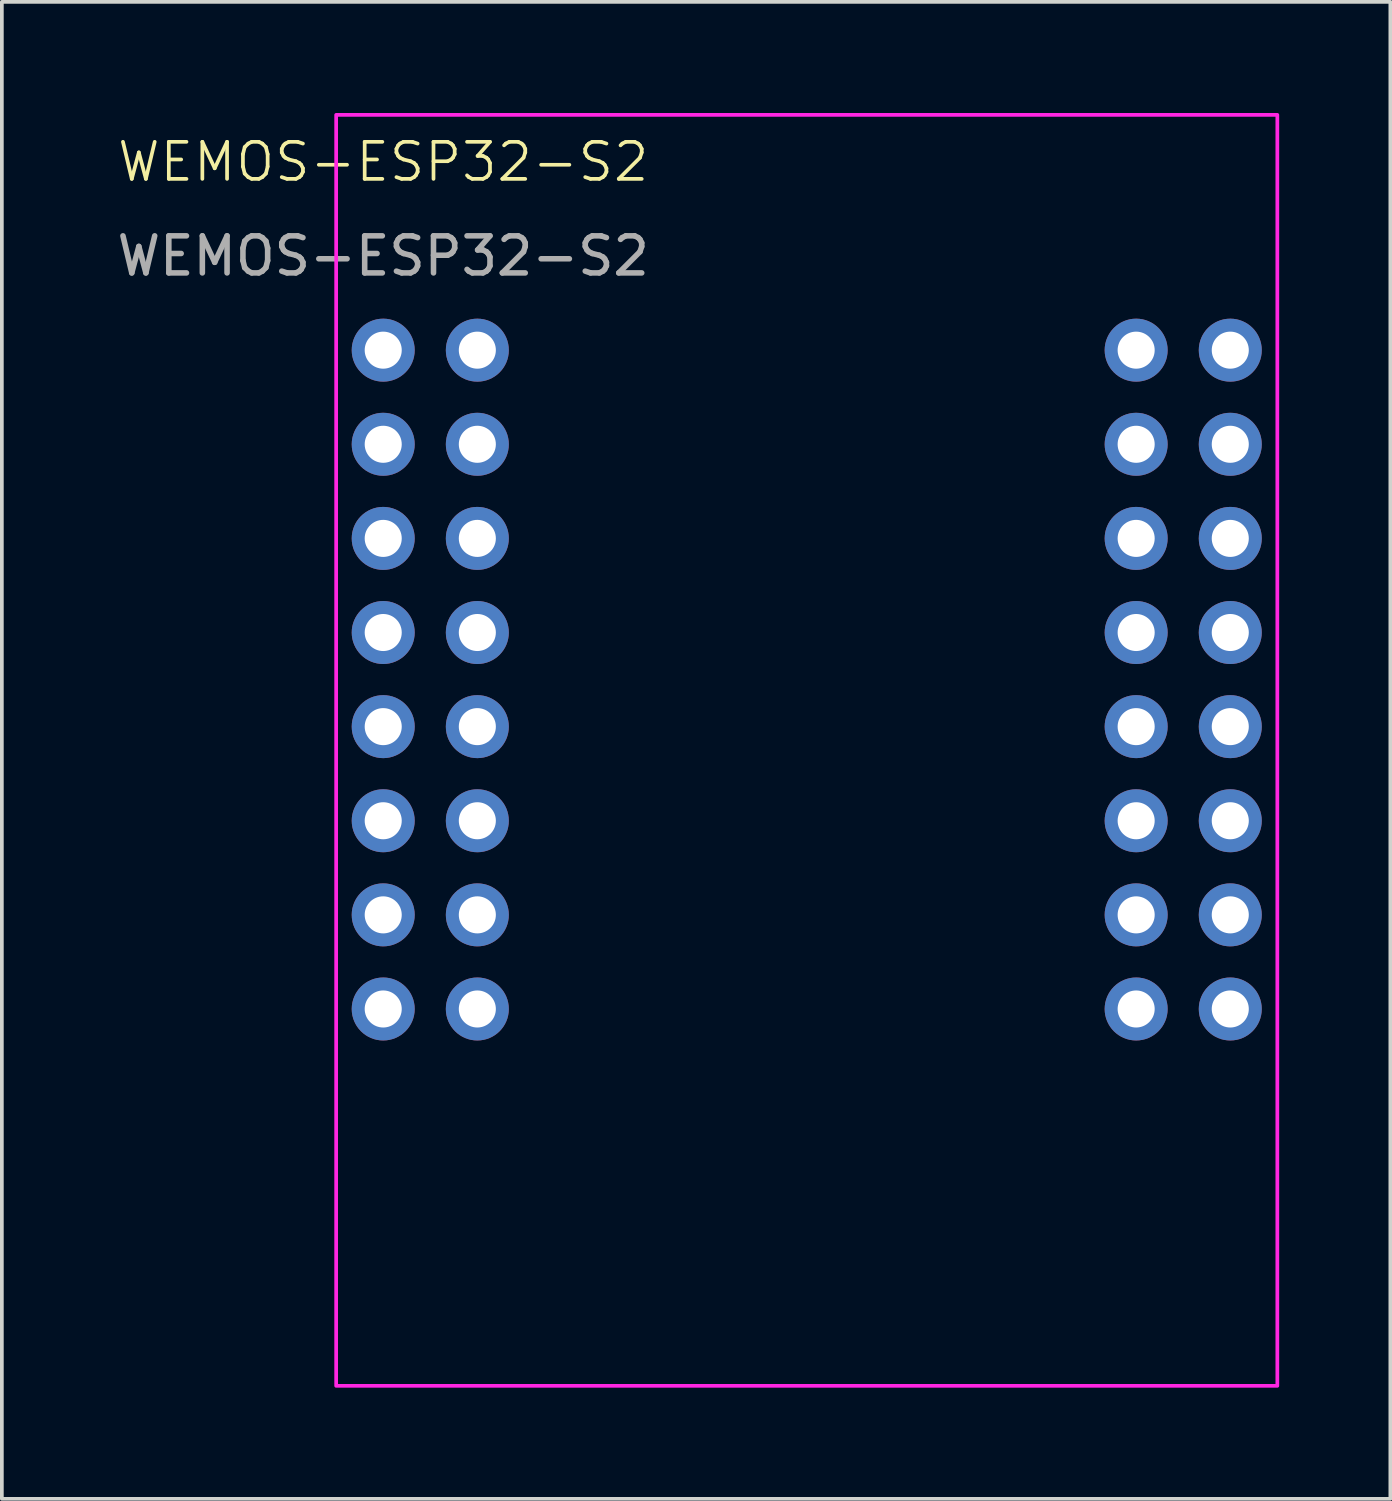
<source format=kicad_pcb>
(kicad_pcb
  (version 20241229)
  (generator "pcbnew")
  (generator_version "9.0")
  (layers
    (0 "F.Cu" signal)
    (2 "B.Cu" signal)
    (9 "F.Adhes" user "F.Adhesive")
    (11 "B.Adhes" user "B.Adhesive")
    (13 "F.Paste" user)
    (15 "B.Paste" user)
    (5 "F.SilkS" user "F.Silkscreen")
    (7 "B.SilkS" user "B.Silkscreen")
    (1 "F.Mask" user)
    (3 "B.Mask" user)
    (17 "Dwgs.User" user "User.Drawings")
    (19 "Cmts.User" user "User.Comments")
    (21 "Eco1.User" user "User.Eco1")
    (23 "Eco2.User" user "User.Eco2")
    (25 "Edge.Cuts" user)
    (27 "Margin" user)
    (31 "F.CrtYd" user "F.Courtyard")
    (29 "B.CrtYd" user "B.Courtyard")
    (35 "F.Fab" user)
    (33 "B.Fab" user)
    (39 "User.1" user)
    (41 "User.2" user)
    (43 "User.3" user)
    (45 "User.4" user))
  (footprint "WEMOS-ESP32-S2"
    (layer "F.Cu")
    (at 7.292 6.4)
    (property "Reference" "WEMOS-ESP32-S2" (at 0 -5.08 0) (unlocked yes) (layer "F.SilkS") (effects (font (size 1 1) (thickness 0.1))))
    (attr through_hole)
    (fp_rect (start -1.27 -6.35) (end 24.13 27.95) (stroke (width 0.1) (type default)) (fill no) (layer "F.CrtYd"))
    (fp_text user "${REFERENCE}" (at 0 -2.54 0) (unlocked yes) (layer "F.Fab") (effects (font (size 1 1) (thickness 0.15))))
    (pad "1" thru_hole oval (at 0 0) (size 1.7 1.7) (drill 1) (layers "*.Cu" "*.Mask"))
    (pad "2" thru_hole oval (at 0 2.54) (size 1.7 1.7) (drill 1) (layers "*.Cu" "*.Mask"))
    (pad "3" thru_hole oval (at 0 5.08) (size 1.7 1.7) (drill 1) (layers "*.Cu" "*.Mask"))
    (pad "4" thru_hole oval (at 0 7.62) (size 1.7 1.7) (drill 1) (layers "*.Cu" "*.Mask"))
    (pad "5" thru_hole oval (at 0 10.16) (size 1.7 1.7) (drill 1) (layers "*.Cu" "*.Mask"))
    (pad "6" thru_hole oval (at 0 12.7) (size 1.7 1.7) (drill 1) (layers "*.Cu" "*.Mask"))
    (pad "7" thru_hole oval (at 0 15.24) (size 1.7 1.7) (drill 1) (layers "*.Cu" "*.Mask"))
    (pad "8" thru_hole oval (at 0 17.78) (size 1.7 1.7) (drill 1) (layers "*.Cu" "*.Mask"))
    (pad "9" thru_hole oval (at 2.54 0) (size 1.7 1.7) (drill 1) (layers "*.Cu" "*.Mask"))
    (pad "10" thru_hole oval (at 2.54 2.54) (size 1.7 1.7) (drill 1) (layers "*.Cu" "*.Mask"))
    (pad "11" thru_hole oval (at 2.54 5.08) (size 1.7 1.7) (drill 1) (layers "*.Cu" "*.Mask"))
    (pad "12" thru_hole oval (at 2.54 7.62) (size 1.7 1.7) (drill 1) (layers "*.Cu" "*.Mask"))
    (pad "13" thru_hole oval (at 2.54 10.16) (size 1.7 1.7) (drill 1) (layers "*.Cu" "*.Mask"))
    (pad "14" thru_hole oval (at 2.54 12.7) (size 1.7 1.7) (drill 1) (layers "*.Cu" "*.Mask"))
    (pad "15" thru_hole oval (at 2.54 15.24) (size 1.7 1.7) (drill 1) (layers "*.Cu" "*.Mask"))
    (pad "16" thru_hole oval (at 2.54 17.78) (size 1.7 1.7) (drill 1) (layers "*.Cu" "*.Mask"))
    (pad "17" thru_hole oval (at 20.32 0) (size 1.7 1.7) (drill 1) (layers "*.Cu" "*.Mask"))
    (pad "18" thru_hole oval (at 20.32 2.54) (size 1.7 1.7) (drill 1) (layers "*.Cu" "*.Mask"))
    (pad "19" thru_hole oval (at 20.32 5.08) (size 1.7 1.7) (drill 1) (layers "*.Cu" "*.Mask"))
    (pad "20" thru_hole oval (at 20.32 7.62) (size 1.7 1.7) (drill 1) (layers "*.Cu" "*.Mask"))
    (pad "21" thru_hole oval (at 20.32 10.16) (size 1.7 1.7) (drill 1) (layers "*.Cu" "*.Mask"))
    (pad "22" thru_hole oval (at 20.32 12.7) (size 1.7 1.7) (drill 1) (layers "*.Cu" "*.Mask"))
    (pad "23" thru_hole oval (at 20.32 15.24) (size 1.7 1.7) (drill 1) (layers "*.Cu" "*.Mask"))
    (pad "24" thru_hole oval (at 20.32 17.78) (size 1.7 1.7) (drill 1) (layers "*.Cu" "*.Mask"))
    (pad "25" thru_hole oval (at 22.86 0) (size 1.7 1.7) (drill 1) (layers "*.Cu" "*.Mask"))
    (pad "26" thru_hole oval (at 22.86 2.54) (size 1.7 1.7) (drill 1) (layers "*.Cu" "*.Mask"))
    (pad "27" thru_hole oval (at 22.86 5.08) (size 1.7 1.7) (drill 1) (layers "*.Cu" "*.Mask"))
    (pad "28" thru_hole oval (at 22.86 7.62) (size 1.7 1.7) (drill 1) (layers "*.Cu" "*.Mask"))
    (pad "29" thru_hole oval (at 22.86 10.16) (size 1.7 1.7) (drill 1) (layers "*.Cu" "*.Mask"))
    (pad "30" thru_hole oval (at 22.86 12.7) (size 1.7 1.7) (drill 1) (layers "*.Cu" "*.Mask"))
    (pad "31" thru_hole oval (at 22.86 15.24) (size 1.7 1.7) (drill 1) (layers "*.Cu" "*.Mask"))
    (pad "32" thru_hole oval (at 22.86 17.78) (size 1.7 1.7) (drill 1) (layers "*.Cu" "*.Mask")))
  (gr_rect
    (start -3 -3)
    (end 34.472 37.4)
    (stroke (width 0.1) (type default))
    (fill no)
    (layer "Edge.Cuts")))
</source>
